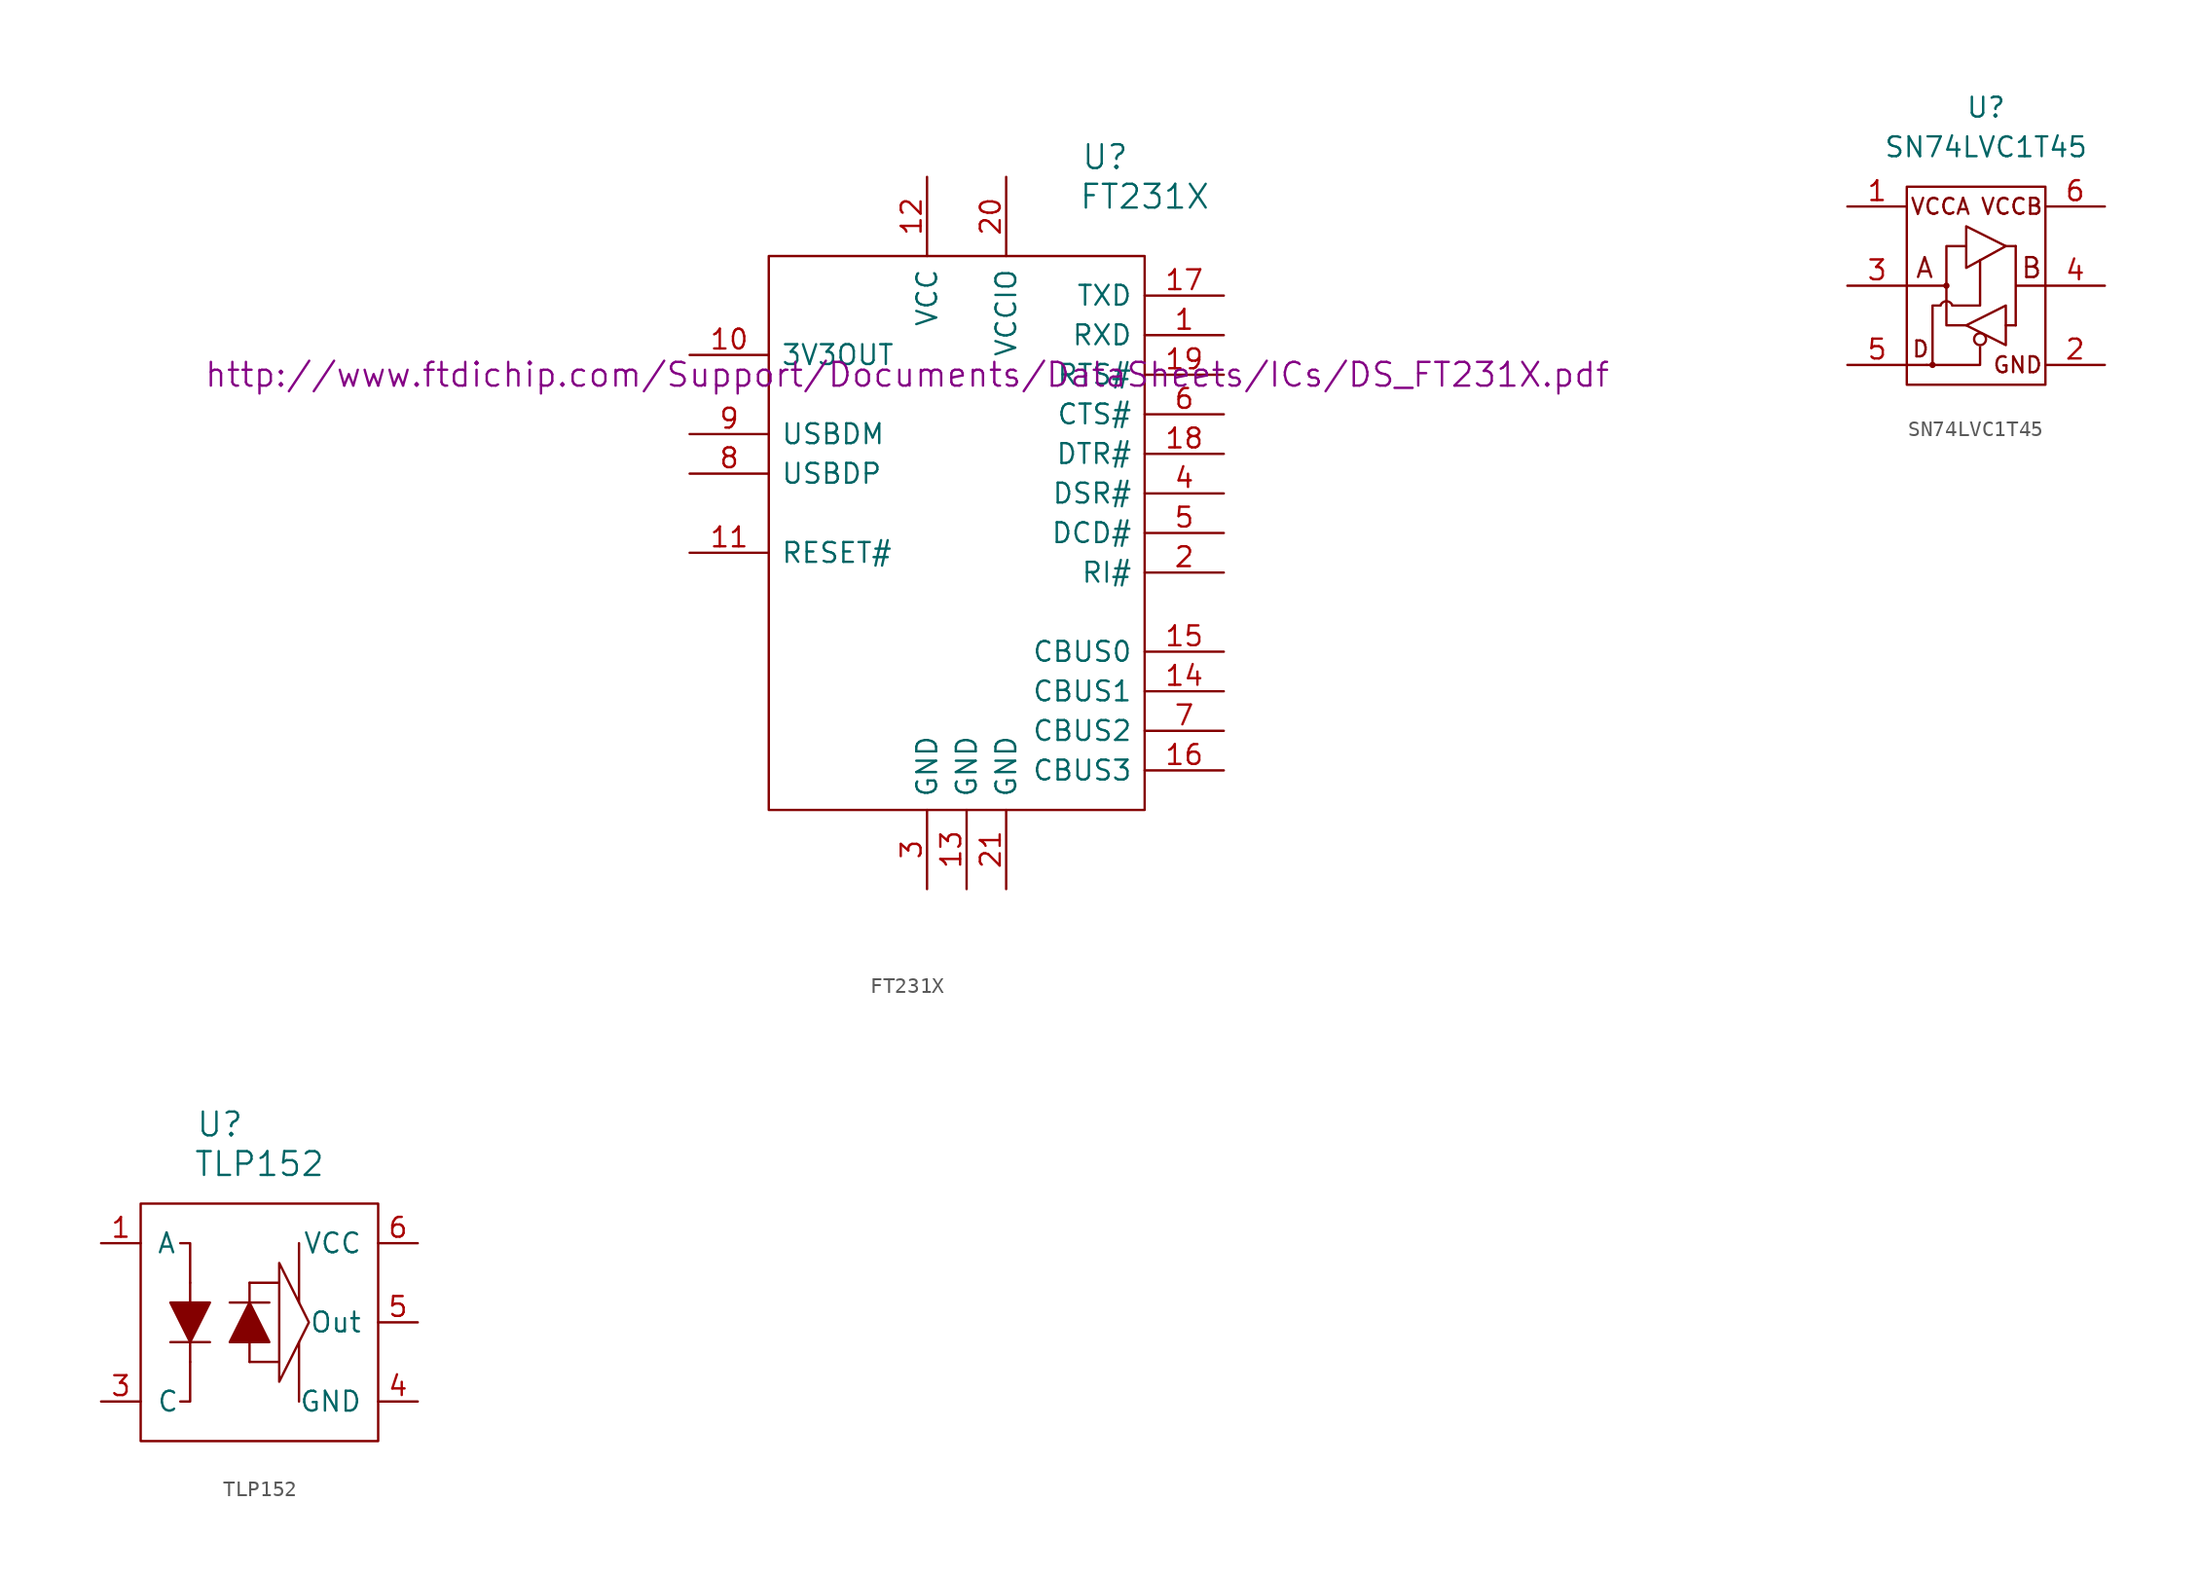
<source format=kicad_sym>
(kicad_symbol_lib
  (version 20211014)
  (generator kicad_symbol_editor)
  (symbol "FT231X"
    (pin_names
      (offset 0.762))
    (property "Reference" "U"
      (at 8.89 19.05 0)
      (effects (font (size 1.524 1.524))))
    (property "Value" "FT231X"
      (at 11.43 16.51 0)
      (effects (font (size 1.524 1.524))))
    (property "Footprint" ""
      (at -3.81 5.08 0)
      (effects (font (size 1.524 1.524))))
    (property "Datasheet" "http://www.ftdichip.com/Support/Documents/DataSheets/ICs/DS_FT231X.pdf"
      (at -3.81 5.08 0)
      (effects (font (size 1.524 1.524))))
    (symbol "FT231X_0_1"
      (rectangle (start -12.7 -22.86) (end 11.43 12.7) (stroke (width 0) (type default) (color 0 0 0 0)) (fill (type none))))
    (symbol "FT231X_1_1"
      (pin input line (at 16.51 7.62 180) (length 5.08) (name "RXD" (effects (font (size 1.27 1.27)))) (number "1" (effects (font (size 1.27 1.27)))))
      (pin input line (at -17.78 6.35 0) (length 5.08) (name "3V3OUT" (effects (font (size 1.27 1.27)))) (number "10" (effects (font (size 1.27 1.27)))))
      (pin input line (at -17.78 -6.35 0) (length 5.08) (name "RESET#" (effects (font (size 1.27 1.27)))) (number "11" (effects (font (size 1.27 1.27)))))
      (pin input line (at -2.54 17.78 270) (length 5.08) (name "VCC" (effects (font (size 1.27 1.27)))) (number "12" (effects (font (size 1.27 1.27)))))
      (pin input line (at 0 -27.94 90) (length 5.08) (name "GND" (effects (font (size 1.27 1.27)))) (number "13" (effects (font (size 1.27 1.27)))))
      (pin input line (at 16.51 -15.24 180) (length 5.08) (name "CBUS1" (effects (font (size 1.27 1.27)))) (number "14" (effects (font (size 1.27 1.27)))))
      (pin input line (at 16.51 -12.7 180) (length 5.08) (name "CBUS0" (effects (font (size 1.27 1.27)))) (number "15" (effects (font (size 1.27 1.27)))))
      (pin input line (at 16.51 -20.32 180) (length 5.08) (name "CBUS3" (effects (font (size 1.27 1.27)))) (number "16" (effects (font (size 1.27 1.27)))))
      (pin input line (at 16.51 10.16 180) (length 5.08) (name "TXD" (effects (font (size 1.27 1.27)))) (number "17" (effects (font (size 1.27 1.27)))))
      (pin input line (at 16.51 0 180) (length 5.08) (name "DTR#" (effects (font (size 1.27 1.27)))) (number "18" (effects (font (size 1.27 1.27)))))
      (pin input line (at 16.51 5.08 180) (length 5.08) (name "RTS#" (effects (font (size 1.27 1.27)))) (number "19" (effects (font (size 1.27 1.27)))))
      (pin input line (at 16.51 -7.62 180) (length 5.08) (name "RI#" (effects (font (size 1.27 1.27)))) (number "2" (effects (font (size 1.27 1.27)))))
      (pin input line (at 2.54 17.78 270) (length 5.08) (name "VCCIO" (effects (font (size 1.27 1.27)))) (number "20" (effects (font (size 1.27 1.27)))))
      (pin input line (at 2.54 -27.94 90) (length 5.08) (name "GND" (effects (font (size 1.27 1.27)))) (number "21" (effects (font (size 1.27 1.27)))))
      (pin input line (at -2.54 -27.94 90) (length 5.08) (name "GND" (effects (font (size 1.27 1.27)))) (number "3" (effects (font (size 1.27 1.27)))))
      (pin input line (at 16.51 -2.54 180) (length 5.08) (name "DSR#" (effects (font (size 1.27 1.27)))) (number "4" (effects (font (size 1.27 1.27)))))
      (pin input line (at 16.51 -5.08 180) (length 5.08) (name "DCD#" (effects (font (size 1.27 1.27)))) (number "5" (effects (font (size 1.27 1.27)))))
      (pin input line (at 16.51 2.54 180) (length 5.08) (name "CTS#" (effects (font (size 1.27 1.27)))) (number "6" (effects (font (size 1.27 1.27)))))
      (pin input line (at 16.51 -17.78 180) (length 5.08) (name "CBUS2" (effects (font (size 1.27 1.27)))) (number "7" (effects (font (size 1.27 1.27)))))
      (pin input line (at -17.78 -1.27 0) (length 5.08) (name "USBDP" (effects (font (size 1.27 1.27)))) (number "8" (effects (font (size 1.27 1.27)))))
      (pin input line (at -17.78 1.27 0) (length 5.08) (name "USBDM" (effects (font (size 1.27 1.27)))) (number "9" (effects (font (size 1.27 1.27)))))))
  (symbol "SN74LVC1T45"
    (pin_names hide)
    (property "Reference" "U"
      (at 0 8.89 0)
      (effects (font (size 1.27 1.27))))
    (property "Value" "SN74LVC1T45"
      (at 0 6.35 0)
      (effects (font (size 1.27 1.27))))
    (symbol "SN74LVC1T45_0_0"
      (circle (center -2.54 -2.54) (radius 0.127) (stroke (width 0) (type default) (color 0 0 0 0)) (fill (type none)))
      (arc (start -2.159 -3.81) (mid -2.54 -3.5354) (end -2.921 -3.81) (stroke (width 0) (type default) (color 0 0 0 0)) (fill (type none)))
      (circle (center -0.381 -5.969) (radius 0.381) (stroke (width 0) (type default) (color 0 0 0 0)) (fill (type none)))
      (polyline (pts (xy -3.81 -7.62) (xy -5.08 -7.62)) (stroke (width 0) (type default) (color 0 0 0 0)) (fill (type none)))
      (polyline (pts (xy 1.27 -5.08) (xy 1.905 -5.08)) (stroke (width 0) (type default) (color 0 0 0 0)) (fill (type none)))
      (polyline (pts (xy 1.27 0) (xy 1.905 0)) (stroke (width 0) (type default) (color 0 0 0 0)) (fill (type none)))
      (polyline (pts (xy -3.81 -7.62) (xy -0.381 -7.62) (xy -0.381 -6.477)) (stroke (width 0) (type default) (color 0 0 0 0)) (fill (type none)))
      (polyline (pts (xy -0.381 -0.889) (xy -0.381 -3.81) (xy -2.159 -3.81)) (stroke (width 0) (type default) (color 0 0 0 0)) (fill (type none)))
      (polyline (pts (xy -2.921 -3.81) (xy -3.302 -3.81) (xy -3.429 -3.81) (xy -3.429 -7.62)) (stroke (width 0) (type default) (color 0 0 0 0)) (fill (type none)))
      (text "A" (at -3.937 -1.397 0) (effects (font (size 1.27 1.27)))))
    (symbol "SN74LVC1T45_0_1"
      (rectangle (start -5.08 3.81) (end 3.81 -8.89) (stroke (width 0) (type default) (color 0 0 0 0)) (fill (type none)))
      (polyline (pts (xy -2.54 -2.54) (xy -2.54 0) (xy -1.27 0)) (stroke (width 0) (type default) (color 0 0 0 0)) (fill (type none)))
      (polyline (pts (xy -1.27 -5.08) (xy 1.27 -3.81) (xy 1.27 -6.35) (xy -1.27 -5.08)) (stroke (width 0) (type default) (color 0 0 0 0)) (fill (type none)))
      (polyline (pts (xy -1.27 1.27) (xy 1.27 0) (xy -1.27 -1.397) (xy -1.27 1.27)) (stroke (width 0) (type default) (color 0 0 0 0)) (fill (type none)))
      (polyline (pts (xy -2.54 -2.54) (xy -5.08 -2.54) (xy -2.54 -2.54) (xy -2.54 -5.08) (xy -1.27 -5.08)) (stroke (width 0) (type default) (color 0 0 0 0)) (fill (type none))))
    (symbol "SN74LVC1T45_1_1"
      (circle (center -3.429 -7.62) (radius 0.127) (stroke (width 0) (type default) (color 0 0 0 0)) (fill (type none)))
      (polyline (pts (xy 1.905 0) (xy 1.905 -5.08) (xy 1.905 -2.54) (xy 3.81 -2.54)) (stroke (width 0) (type default) (color 0 0 0 0)) (fill (type none)))
      (text "B" (at 2.921 -1.397 0) (effects (font (size 1.27 1.27))))
      (text "D" (at -4.191 -6.604 0) (effects (font (size 1.016 1.016))))
      (text "GND" (at 2.032 -7.62 0) (effects (font (size 1.016 1.016))))
      (text "VCCA" (at -2.921 2.54 0) (effects (font (size 1.016 1.016))))
      (text "VCCB" (at 1.651 2.54 0) (effects (font (size 1.016 1.016))))
      (pin power_in line (at -8.89 2.54 0) (length 3.81) (name "VCCA" (effects (font (size 1.27 1.27)))) (number "1" (effects (font (size 1.27 1.27)))))
      (pin power_in line (at 7.62 -7.62 180) (length 3.81) (name "GND" (effects (font (size 1.27 1.27)))) (number "2" (effects (font (size 1.27 1.27)))))
      (pin bidirectional line (at -8.89 -2.54 0) (length 3.81) (name "A" (effects (font (size 1.27 1.27)))) (number "3" (effects (font (size 1.27 1.27)))))
      (pin bidirectional line (at 7.62 -2.54 180) (length 3.81) (name "B" (effects (font (size 1.27 1.27)))) (number "4" (effects (font (size 1.27 1.27)))))
      (pin input line (at -8.89 -7.62 0) (length 3.81) (name "DIR" (effects (font (size 1.27 1.27)))) (number "5" (effects (font (size 1.27 1.27)))))
      (pin power_in line (at 7.62 2.54 180) (length 3.81) (name "VCCB" (effects (font (size 1.27 1.27)))) (number "6" (effects (font (size 1.27 1.27)))))))
  (symbol "TLP152"
    (pin_names
      (offset 1.016))
    (property "Reference" "U"
      (at -2.54 12.7 0)
      (effects (font (size 1.524 1.524))))
    (property "Value" "TLP152"
      (at 0 10.16 0)
      (effects (font (size 1.524 1.524))))
    (property "Footprint" ""
      (at -0.635 0 0)
      (effects (font (size 1.524 1.524))))
    (property "Datasheet" ""
      (at -0.635 0 0)
      (effects (font (size 1.524 1.524))))
    (symbol "TLP152_0_1"
      (rectangle (start -7.62 7.62) (end 7.62 -7.62) (stroke (width 0) (type default) (color 0 0 0 0)) (fill (type none)))
      (polyline (pts (xy -5.715 -1.27) (xy -3.175 -1.27)) (stroke (width 0) (type default) (color 0 0 0 0)) (fill (type none)))
      (polyline (pts (xy -4.445 -1.27) (xy -4.445 -2.54)) (stroke (width 0) (type default) (color 0 0 0 0)) (fill (type none)))
      (polyline (pts (xy -4.445 1.27) (xy -4.445 2.54)) (stroke (width 0) (type default) (color 0 0 0 0)) (fill (type none)))
      (polyline (pts (xy -1.905 1.27) (xy 0.635 1.27)) (stroke (width 0) (type default) (color 0 0 0 0)) (fill (type none)))
      (polyline (pts (xy -0.635 -2.54) (xy 1.27 -2.54)) (stroke (width 0) (type default) (color 0 0 0 0)) (fill (type none)))
      (polyline (pts (xy -0.635 -1.27) (xy -0.635 -2.54)) (stroke (width 0) (type default) (color 0 0 0 0)) (fill (type none)))
      (polyline (pts (xy -0.635 1.27) (xy -0.635 2.54)) (stroke (width 0) (type default) (color 0 0 0 0)) (fill (type none)))
      (polyline (pts (xy -0.635 2.54) (xy 1.27 2.54)) (stroke (width 0) (type default) (color 0 0 0 0)) (fill (type none)))
      (polyline (pts (xy 2.54 -1.27) (xy 2.54 -5.08)) (stroke (width 0) (type default) (color 0 0 0 0)) (fill (type none)))
      (polyline (pts (xy 2.54 1.27) (xy 2.54 5.08)) (stroke (width 0) (type default) (color 0 0 0 0)) (fill (type none)))
      (polyline (pts (xy -4.445 -2.54) (xy -4.445 -5.08) (xy -5.08 -5.08)) (stroke (width 0) (type default) (color 0 0 0 0)) (fill (type none)))
      (polyline (pts (xy -4.445 2.54) (xy -4.445 5.08) (xy -5.08 5.08)) (stroke (width 0) (type default) (color 0 0 0 0)) (fill (type none)))
      (polyline (pts (xy -5.715 1.27) (xy -3.175 1.27) (xy -4.445 -1.27) (xy -5.715 1.27)) (stroke (width 0) (type default) (color 0 0 0 0)) (fill (type outline)))
      (polyline (pts (xy -1.905 -1.27) (xy 0.635 -1.27) (xy -0.635 1.27) (xy -1.905 -1.27)) (stroke (width 0) (type default) (color 0 0 0 0)) (fill (type outline)))
      (polyline (pts (xy 1.27 3.81) (xy 1.27 -3.81) (xy 3.175 0) (xy 1.27 3.81)) (stroke (width 0) (type default) (color 0 0 0 0)) (fill (type none))))
    (symbol "TLP152_1_1"
      (pin input line (at -10.16 5.08 0) (length 2.54) (name "A" (effects (font (size 1.27 1.27)))) (number "1" (effects (font (size 1.27 1.27)))))
      (pin input line (at -10.16 -5.08 0) (length 2.54) (name "C" (effects (font (size 1.27 1.27)))) (number "3" (effects (font (size 1.27 1.27)))))
      (pin input line (at 10.16 -5.08 180) (length 2.54) (name "GND" (effects (font (size 1.27 1.27)))) (number "4" (effects (font (size 1.27 1.27)))))
      (pin input line (at 10.16 0 180) (length 2.54) (name "Out" (effects (font (size 1.27 1.27)))) (number "5" (effects (font (size 1.27 1.27)))))
      (pin input line (at 10.16 5.08 180) (length 2.54) (name "VCC" (effects (font (size 1.27 1.27)))) (number "6" (effects (font (size 1.27 1.27))))))))
</source>
